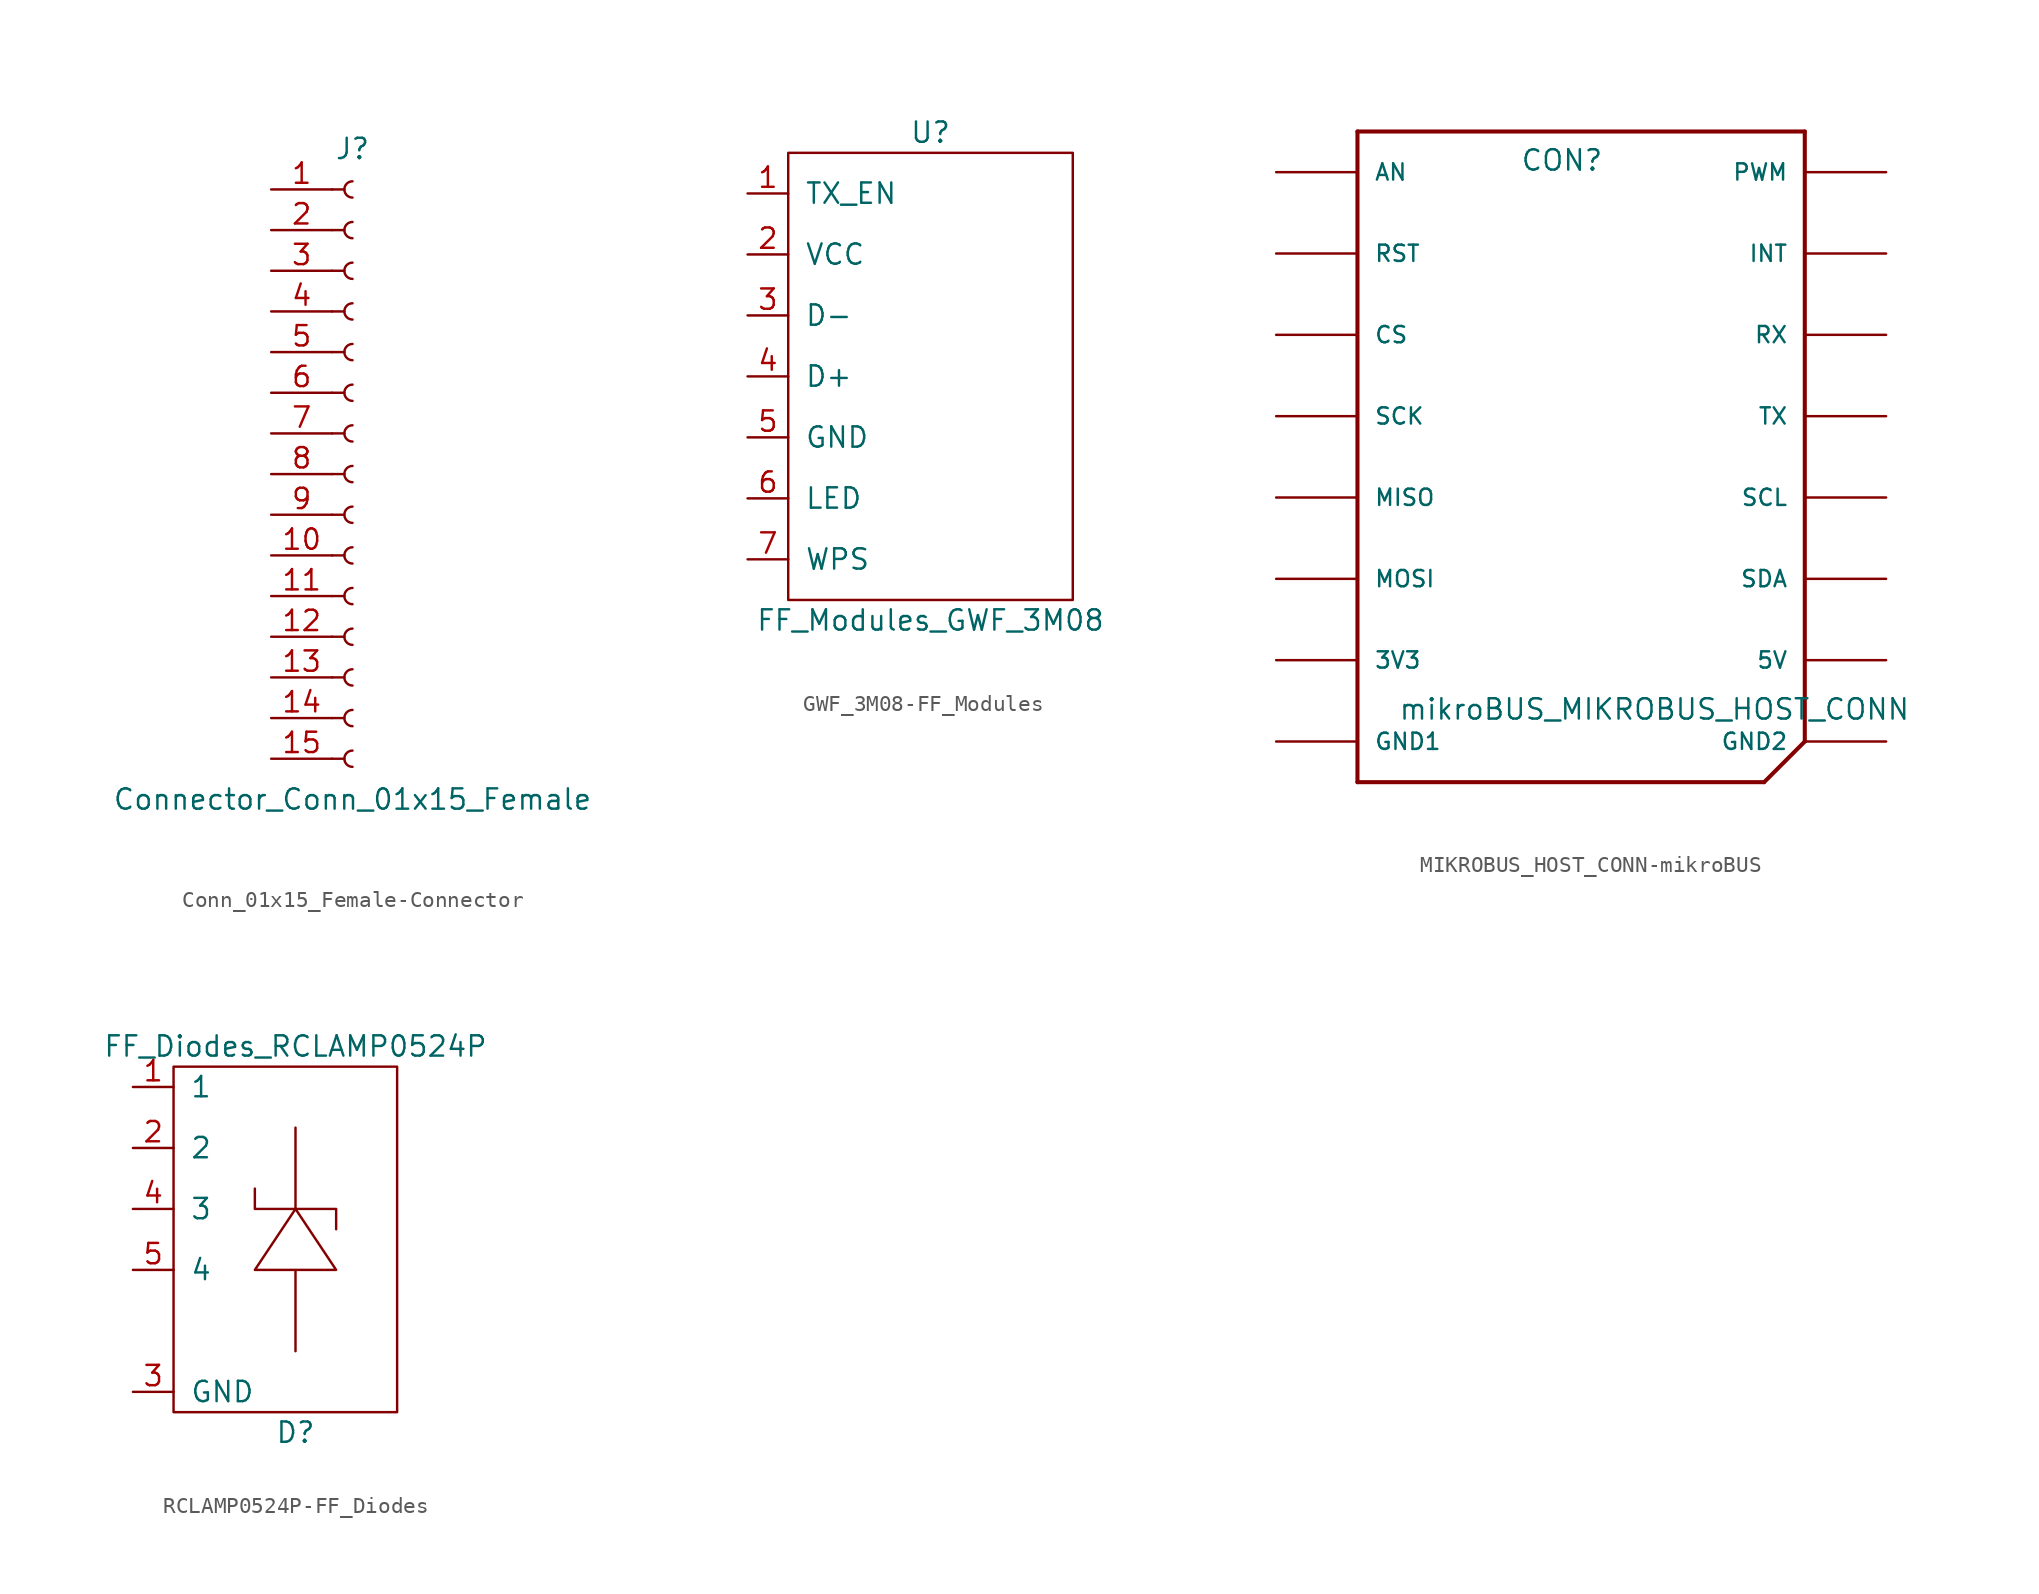
<source format=kicad_sym>
(kicad_symbol_lib
  (version 20220914)
  (generator kicad_symbol_editor)
  (symbol "Conn_01x15_Female-Connector"
    (pin_names
      (offset 1.016) hide)
    (property "Reference" "J"
      (at 0 20.32 0)
      (effects (font (size 1.27 1.27))))
    (property "Value" "Connector_Conn_01x15_Female"
      (at 0 -20.32 0)
      (effects (font (size 1.27 1.27))))
    (symbol "Conn_01x15_Female-Connector_1_1"
      (arc (start 0 -17.272) (mid -0.5058 -17.78) (end 0 -18.288) (stroke (width 0.1524) (type solid)) (fill (type none)))
      (arc (start 0 -14.732) (mid -0.5058 -15.24) (end 0 -15.748) (stroke (width 0.1524) (type solid)) (fill (type none)))
      (arc (start 0 -12.192) (mid -0.5058 -12.7) (end 0 -13.208) (stroke (width 0.1524) (type solid)) (fill (type none)))
      (arc (start 0 -9.652) (mid -0.5058 -10.16) (end 0 -10.668) (stroke (width 0.1524) (type solid)) (fill (type none)))
      (arc (start 0 -7.112) (mid -0.5058 -7.62) (end 0 -8.128) (stroke (width 0.1524) (type solid)) (fill (type none)))
      (arc (start 0 -4.572) (mid -0.5058 -5.08) (end 0 -5.588) (stroke (width 0.1524) (type solid)) (fill (type none)))
      (arc (start 0 -2.032) (mid -0.5058 -2.54) (end 0 -3.048) (stroke (width 0.1524) (type solid)) (fill (type none)))
      (polyline (pts (xy -1.27 -17.78) (xy -0.508 -17.78)) (stroke (width 0.152) (type solid)) (fill (type none)))
      (polyline (pts (xy -1.27 -15.24) (xy -0.508 -15.24)) (stroke (width 0.152) (type solid)) (fill (type none)))
      (polyline (pts (xy -1.27 -12.7) (xy -0.508 -12.7)) (stroke (width 0.152) (type solid)) (fill (type none)))
      (polyline (pts (xy -1.27 -10.16) (xy -0.508 -10.16)) (stroke (width 0.152) (type solid)) (fill (type none)))
      (polyline (pts (xy -1.27 -7.62) (xy -0.508 -7.62)) (stroke (width 0.152) (type solid)) (fill (type none)))
      (polyline (pts (xy -1.27 -5.08) (xy -0.508 -5.08)) (stroke (width 0.152) (type solid)) (fill (type none)))
      (polyline (pts (xy -1.27 -2.54) (xy -0.508 -2.54)) (stroke (width 0.152) (type solid)) (fill (type none)))
      (polyline (pts (xy -1.27 0) (xy -0.508 0)) (stroke (width 0.152) (type solid)) (fill (type none)))
      (polyline (pts (xy -1.27 2.54) (xy -0.508 2.54)) (stroke (width 0.152) (type solid)) (fill (type none)))
      (polyline (pts (xy -1.27 5.08) (xy -0.508 5.08)) (stroke (width 0.152) (type solid)) (fill (type none)))
      (polyline (pts (xy -1.27 7.62) (xy -0.508 7.62)) (stroke (width 0.152) (type solid)) (fill (type none)))
      (polyline (pts (xy -1.27 10.16) (xy -0.508 10.16)) (stroke (width 0.152) (type solid)) (fill (type none)))
      (polyline (pts (xy -1.27 12.7) (xy -0.508 12.7)) (stroke (width 0.152) (type solid)) (fill (type none)))
      (polyline (pts (xy -1.27 15.24) (xy -0.508 15.24)) (stroke (width 0.152) (type solid)) (fill (type none)))
      (polyline (pts (xy -1.27 17.78) (xy -0.508 17.78)) (stroke (width 0.152) (type solid)) (fill (type none)))
      (arc (start 0 0.508) (mid -0.5058 0) (end 0 -0.508) (stroke (width 0.1524) (type solid)) (fill (type none)))
      (arc (start 0 3.048) (mid -0.5058 2.54) (end 0 2.032) (stroke (width 0.1524) (type solid)) (fill (type none)))
      (arc (start 0 5.588) (mid -0.5058 5.08) (end 0 4.572) (stroke (width 0.1524) (type solid)) (fill (type none)))
      (arc (start 0 8.128) (mid -0.5058 7.62) (end 0 7.112) (stroke (width 0.1524) (type solid)) (fill (type none)))
      (arc (start 0 10.668) (mid -0.5058 10.16) (end 0 9.652) (stroke (width 0.1524) (type solid)) (fill (type none)))
      (arc (start 0 13.208) (mid -0.5058 12.7) (end 0 12.192) (stroke (width 0.1524) (type solid)) (fill (type none)))
      (arc (start 0 15.748) (mid -0.5058 15.24) (end 0 14.732) (stroke (width 0.1524) (type solid)) (fill (type none)))
      (arc (start 0 18.288) (mid -0.5058 17.78) (end 0 17.272) (stroke (width 0.1524) (type solid)) (fill (type none)))
      (pin passive line (at -5.08 17.78 0) (length 3.81) (name "Pin_1" (effects (font (size 1.27 1.27)))) (number "1" (effects (font (size 1.27 1.27)))))
      (pin passive line (at -5.08 -5.08 0) (length 3.81) (name "Pin_10" (effects (font (size 1.27 1.27)))) (number "10" (effects (font (size 1.27 1.27)))))
      (pin passive line (at -5.08 -7.62 0) (length 3.81) (name "Pin_11" (effects (font (size 1.27 1.27)))) (number "11" (effects (font (size 1.27 1.27)))))
      (pin passive line (at -5.08 -10.16 0) (length 3.81) (name "Pin_12" (effects (font (size 1.27 1.27)))) (number "12" (effects (font (size 1.27 1.27)))))
      (pin passive line (at -5.08 -12.7 0) (length 3.81) (name "Pin_13" (effects (font (size 1.27 1.27)))) (number "13" (effects (font (size 1.27 1.27)))))
      (pin passive line (at -5.08 -15.24 0) (length 3.81) (name "Pin_14" (effects (font (size 1.27 1.27)))) (number "14" (effects (font (size 1.27 1.27)))))
      (pin passive line (at -5.08 -17.78 0) (length 3.81) (name "Pin_15" (effects (font (size 1.27 1.27)))) (number "15" (effects (font (size 1.27 1.27)))))
      (pin passive line (at -5.08 15.24 0) (length 3.81) (name "Pin_2" (effects (font (size 1.27 1.27)))) (number "2" (effects (font (size 1.27 1.27)))))
      (pin passive line (at -5.08 12.7 0) (length 3.81) (name "Pin_3" (effects (font (size 1.27 1.27)))) (number "3" (effects (font (size 1.27 1.27)))))
      (pin passive line (at -5.08 10.16 0) (length 3.81) (name "Pin_4" (effects (font (size 1.27 1.27)))) (number "4" (effects (font (size 1.27 1.27)))))
      (pin passive line (at -5.08 7.62 0) (length 3.81) (name "Pin_5" (effects (font (size 1.27 1.27)))) (number "5" (effects (font (size 1.27 1.27)))))
      (pin passive line (at -5.08 5.08 0) (length 3.81) (name "Pin_6" (effects (font (size 1.27 1.27)))) (number "6" (effects (font (size 1.27 1.27)))))
      (pin passive line (at -5.08 2.54 0) (length 3.81) (name "Pin_7" (effects (font (size 1.27 1.27)))) (number "7" (effects (font (size 1.27 1.27)))))
      (pin passive line (at -5.08 0 0) (length 3.81) (name "Pin_8" (effects (font (size 1.27 1.27)))) (number "8" (effects (font (size 1.27 1.27)))))
      (pin passive line (at -5.08 -2.54 0) (length 3.81) (name "Pin_9" (effects (font (size 1.27 1.27)))) (number "9" (effects (font (size 1.27 1.27)))))))
  (symbol "GWF_3M08-FF_Modules"
    (pin_names
      (offset 1.016))
    (property "Reference" "U"
      (at 0 15.24 0)
      (effects (font (size 1.27 1.27))))
    (property "Value" "FF_Modules_GWF_3M08"
      (at 0 -15.24 0)
      (effects (font (size 1.27 1.27))))
    (symbol "GWF_3M08-FF_Modules_0_1"
      (rectangle (start -8.89 13.97) (end 8.89 -13.97) (stroke (width 0) (type solid)) (fill (type none))))
    (symbol "GWF_3M08-FF_Modules_1_1"
      (pin input line (at -11.43 11.43 0) (length 2.54) (name "TX_EN" (effects (font (size 1.27 1.27)))) (number "1" (effects (font (size 1.27 1.27)))))
      (pin power_in line (at -11.43 7.62 0) (length 2.54) (name "VCC" (effects (font (size 1.27 1.27)))) (number "2" (effects (font (size 1.27 1.27)))))
      (pin bidirectional line (at -11.43 3.81 0) (length 2.54) (name "D-" (effects (font (size 1.27 1.27)))) (number "3" (effects (font (size 1.27 1.27)))))
      (pin bidirectional line (at -11.43 0 0) (length 2.54) (name "D+" (effects (font (size 1.27 1.27)))) (number "4" (effects (font (size 1.27 1.27)))))
      (pin power_in line (at -11.43 -3.81 0) (length 2.54) (name "GND" (effects (font (size 1.27 1.27)))) (number "5" (effects (font (size 1.27 1.27)))))
      (pin output line (at -11.43 -7.62 0) (length 2.54) (name "LED" (effects (font (size 1.27 1.27)))) (number "6" (effects (font (size 1.27 1.27)))))
      (pin input line (at -11.43 -11.43 0) (length 2.54) (name "WPS" (effects (font (size 1.27 1.27)))) (number "7" (effects (font (size 1.27 1.27)))))))
  (symbol "MIKROBUS_HOST_CONN-mikroBUS"
    (pin_numbers hide)
    (pin_names
      (offset 1.016))
    (property "Reference" "CON"
      (at 10.16 38.1 0)
      (effects (font (size 1.27 1.27)) (justify left bottom)))
    (property "Value" "mikroBUS_MIKROBUS_HOST_CONN"
      (at 2.54 3.81 0)
      (effects (font (size 1.27 1.27)) (justify left bottom)))
    (symbol "MIKROBUS_HOST_CONN-mikroBUS_0_0"
      (polyline (pts (xy 0 0) (xy 0 40.64)) (stroke (width 0.254) (type solid)) (fill (type none)))
      (polyline (pts (xy 0 40.64) (xy 27.94 40.64)) (stroke (width 0.254) (type solid)) (fill (type none)))
      (polyline (pts (xy 25.4 0) (xy 0 0)) (stroke (width 0.254) (type solid)) (fill (type none)))
      (polyline (pts (xy 27.94 2.54) (xy 25.4 0)) (stroke (width 0.254) (type solid)) (fill (type none)))
      (polyline (pts (xy 27.94 40.64) (xy 27.94 2.54)) (stroke (width 0.254) (type solid)) (fill (type none)))
      (pin bidirectional line (at -5.08 38.1 0) (length 5.08) (name "AN" (effects (font (size 1.016 1.016)))) (number "P1" (effects (font (size 1.016 1.016)))))
      (pin power_in line (at 33.02 7.62 180) (length 5.08) (name "5V" (effects (font (size 1.016 1.016)))) (number "P10" (effects (font (size 1.016 1.016)))))
      (pin bidirectional line (at 33.02 12.7 180) (length 5.08) (name "SDA" (effects (font (size 1.016 1.016)))) (number "P11" (effects (font (size 1.016 1.016)))))
      (pin bidirectional line (at 33.02 17.78 180) (length 5.08) (name "SCL" (effects (font (size 1.016 1.016)))) (number "P12" (effects (font (size 1.016 1.016)))))
      (pin bidirectional line (at 33.02 22.86 180) (length 5.08) (name "TX" (effects (font (size 1.016 1.016)))) (number "P13" (effects (font (size 1.016 1.016)))))
      (pin bidirectional line (at 33.02 27.94 180) (length 5.08) (name "RX" (effects (font (size 1.016 1.016)))) (number "P14" (effects (font (size 1.016 1.016)))))
      (pin bidirectional line (at 33.02 33.02 180) (length 5.08) (name "INT" (effects (font (size 1.016 1.016)))) (number "P15" (effects (font (size 1.016 1.016)))))
      (pin bidirectional line (at 33.02 38.1 180) (length 5.08) (name "PWM" (effects (font (size 1.016 1.016)))) (number "P16" (effects (font (size 1.016 1.016)))))
      (pin bidirectional line (at -5.08 33.02 0) (length 5.08) (name "RST" (effects (font (size 1.016 1.016)))) (number "P2" (effects (font (size 1.016 1.016)))))
      (pin bidirectional line (at -5.08 27.94 0) (length 5.08) (name "CS" (effects (font (size 1.016 1.016)))) (number "P3" (effects (font (size 1.016 1.016)))))
      (pin bidirectional line (at -5.08 22.86 0) (length 5.08) (name "SCK" (effects (font (size 1.016 1.016)))) (number "P4" (effects (font (size 1.016 1.016)))))
      (pin bidirectional line (at -5.08 17.78 0) (length 5.08) (name "MISO" (effects (font (size 1.016 1.016)))) (number "P5" (effects (font (size 1.016 1.016)))))
      (pin bidirectional line (at -5.08 12.7 0) (length 5.08) (name "MOSI" (effects (font (size 1.016 1.016)))) (number "P6" (effects (font (size 1.016 1.016)))))
      (pin power_in line (at -5.08 7.62 0) (length 5.08) (name "3V3" (effects (font (size 1.016 1.016)))) (number "P7" (effects (font (size 1.016 1.016)))))
      (pin bidirectional line (at -5.08 2.54 0) (length 5.08) (name "GND1" (effects (font (size 1.016 1.016)))) (number "P8" (effects (font (size 1.016 1.016)))))
      (pin bidirectional line (at 33.02 2.54 180) (length 5.08) (name "GND2" (effects (font (size 1.016 1.016)))) (number "P9" (effects (font (size 1.016 1.016)))))))
  (symbol "RCLAMP0524P-FF_Diodes"
    (pin_names
      (offset 1.016))
    (property "Reference" "D"
      (at 0 -13.97 0)
      (effects (font (size 1.27 1.27))))
    (property "Value" "FF_Diodes_RCLAMP0524P"
      (at 0 10.16 0)
      (effects (font (size 1.27 1.27))))
    (symbol "RCLAMP0524P-FF_Diodes_0_1"
      (rectangle (start -7.62 8.89) (end 6.35 -12.7) (stroke (width 0) (type solid)) (fill (type none)))
      (polyline (pts (xy 0 0) (xy 0 5.08)) (stroke (width 0) (type solid)) (fill (type none)))
      (polyline (pts (xy 0 0) (xy -2.54 0) (xy -2.54 1.27)) (stroke (width 0) (type solid)) (fill (type none)))
      (polyline (pts (xy 0 0) (xy 2.54 0) (xy 2.54 -1.27)) (stroke (width 0) (type solid)) (fill (type none)))
      (polyline (pts (xy 0 -8.89) (xy 0 -3.81) (xy -2.54 -3.81) (xy 0 0) (xy 2.54 -3.81) (xy 0 -3.81)) (stroke (width 0) (type solid)) (fill (type none))))
    (symbol "RCLAMP0524P-FF_Diodes_1_1"
      (pin output line (at -10.16 7.62 0) (length 2.54) (name "1" (effects (font (size 1.27 1.27)))) (number "1" (effects (font (size 1.27 1.27)))))
      (pin output line (at -10.16 3.81 0) (length 2.54) (name "2" (effects (font (size 1.27 1.27)))) (number "2" (effects (font (size 1.27 1.27)))))
      (pin output line (at -10.16 -11.43 0) (length 2.54) (name "GND" (effects (font (size 1.27 1.27)))) (number "3" (effects (font (size 1.27 1.27)))))
      (pin output line (at -10.16 0 0) (length 2.54) (name "3" (effects (font (size 1.27 1.27)))) (number "4" (effects (font (size 1.27 1.27)))))
      (pin output line (at -10.16 -3.81 0) (length 2.54) (name "4" (effects (font (size 1.27 1.27)))) (number "5" (effects (font (size 1.27 1.27))))))))
</source>
